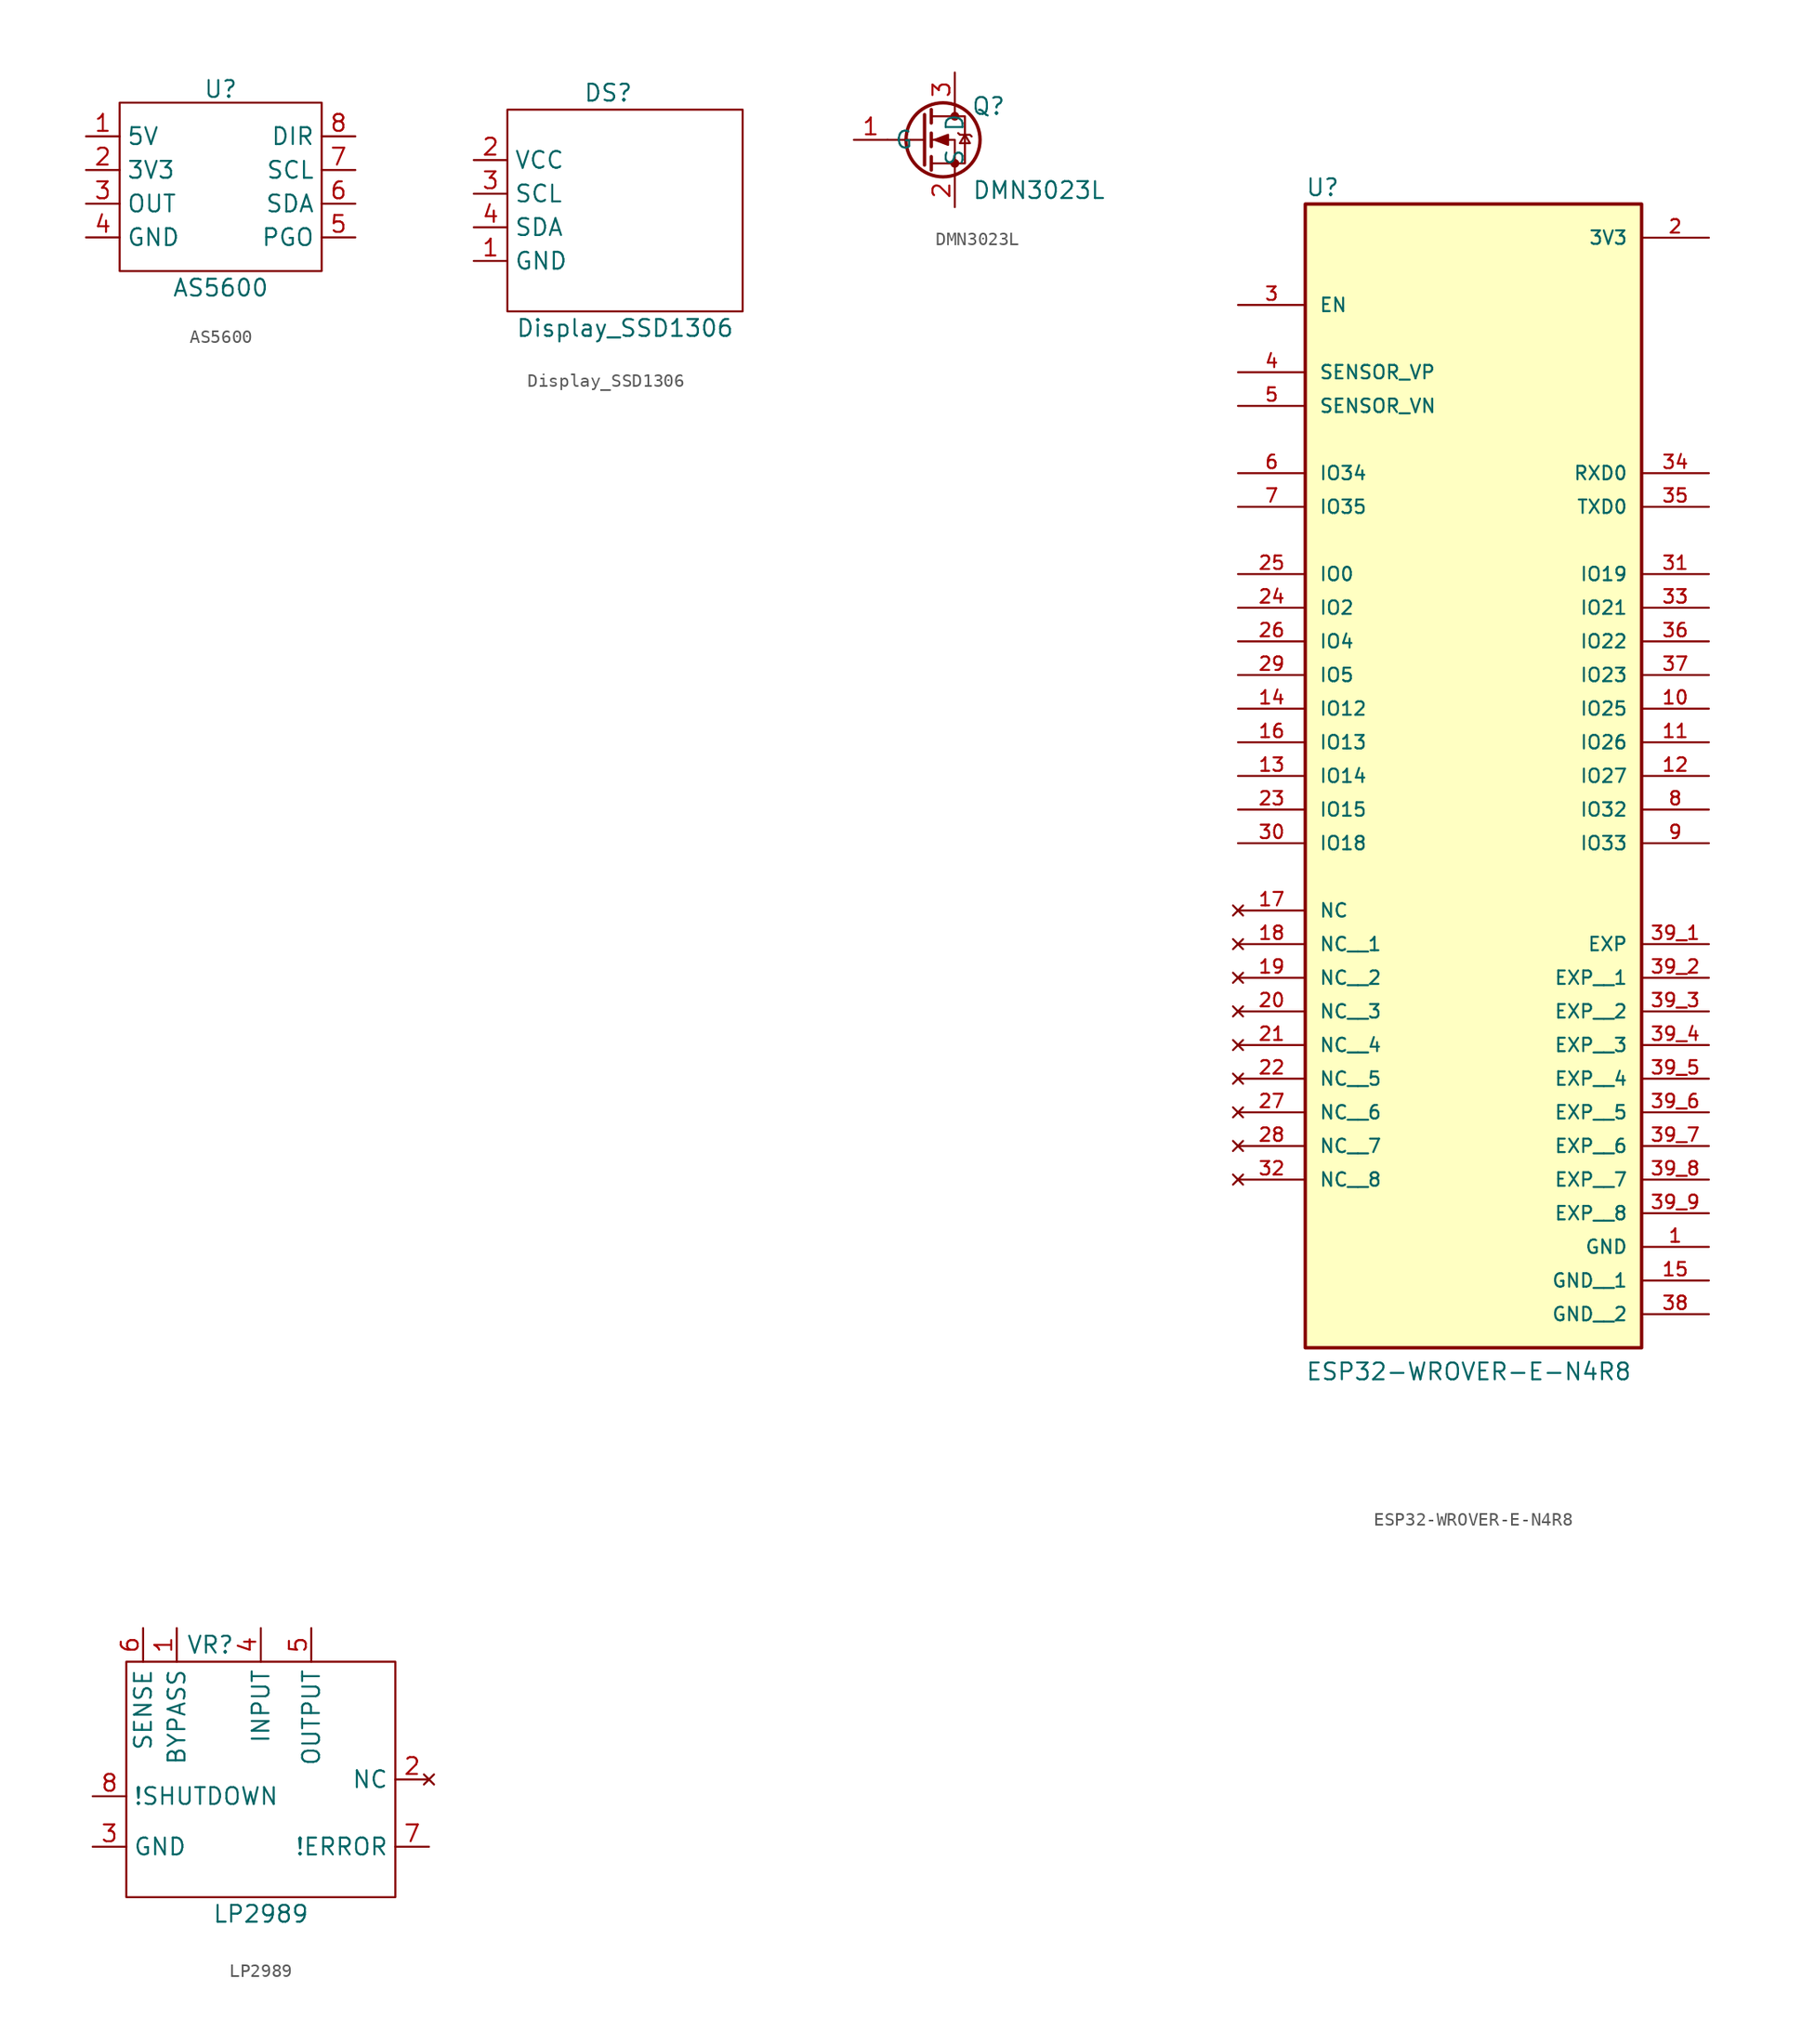
<source format=kicad_sym>
(kicad_symbol_lib
  (version 20220914)
  (generator kicad_symbol_editor)
  (symbol "AS5600"
    (property "Reference" "U"
      (at 0 6.096 0)
      (effects (font (size 1.27 1.27))))
    (property "Value" "AS5600"
      (at 0 -8.89 0)
      (effects (font (size 1.27 1.27))))
    (symbol "AS5600_0_1"
      (rectangle (start -7.62 5.08) (end 7.62 -7.62) (stroke (width 0) (type default)) (fill (type none))))
    (symbol "AS5600_1_1"
      (pin power_in line (at -10.16 2.54 0) (length 2.54) (name "5V" (effects (font (size 1.27 1.27)))) (number "1" (effects (font (size 1.27 1.27)))))
      (pin power_in line (at -10.16 0 0) (length 2.54) (name "3V3" (effects (font (size 1.27 1.27)))) (number "2" (effects (font (size 1.27 1.27)))))
      (pin output line (at -10.16 -2.54 0) (length 2.54) (name "OUT" (effects (font (size 1.27 1.27)))) (number "3" (effects (font (size 1.27 1.27)))))
      (pin power_in line (at -10.16 -5.08 0) (length 2.54) (name "GND" (effects (font (size 1.27 1.27)))) (number "4" (effects (font (size 1.27 1.27)))))
      (pin input line (at 10.16 -5.08 180) (length 2.54) (name "PGO" (effects (font (size 1.27 1.27)))) (number "5" (effects (font (size 1.27 1.27)))))
      (pin bidirectional line (at 10.16 -2.54 180) (length 2.54) (name "SDA" (effects (font (size 1.27 1.27)))) (number "6" (effects (font (size 1.27 1.27)))))
      (pin bidirectional line (at 10.16 0 180) (length 2.54) (name "SCL" (effects (font (size 1.27 1.27)))) (number "7" (effects (font (size 1.27 1.27)))))
      (pin output line (at 10.16 2.54 180) (length 2.54) (name "DIR" (effects (font (size 1.27 1.27)))) (number "8" (effects (font (size 1.27 1.27)))))))
  (symbol "Display_SSD1306"
    (property "Reference" "DS"
      (at 2.54 8.89 0)
      (effects (font (size 1.27 1.27))))
    (property "Value" "Display_SSD1306"
      (at 3.81 -8.89 0)
      (effects (font (size 1.27 1.27))))
    (symbol "Display_SSD1306_0_1"
      (rectangle (start -5.08 7.62) (end 12.7 -7.62) (stroke (width 0) (type default)) (fill (type none))))
    (symbol "Display_SSD1306_1_1"
      (pin passive line (at -7.62 -3.81 0) (length 2.54) (name "GND" (effects (font (size 1.27 1.27)))) (number "1" (effects (font (size 1.27 1.27)))))
      (pin passive line (at -7.62 3.81 0) (length 2.54) (name "VCC" (effects (font (size 1.27 1.27)))) (number "2" (effects (font (size 1.27 1.27)))))
      (pin input line (at -7.62 1.27 0) (length 2.54) (name "SCL" (effects (font (size 1.27 1.27)))) (number "3" (effects (font (size 1.27 1.27)))))
      (pin bidirectional line (at -7.62 -1.27 0) (length 2.54) (name "SDA" (effects (font (size 1.27 1.27)))) (number "4" (effects (font (size 1.27 1.27)))))))
  (symbol "DMN3023L"
    (property "Reference" "Q"
      (at 3.81 2.54 0)
      (effects (font (size 1.27 1.27))))
    (property "Value" "DMN3023L"
      (at 7.62 -3.81 0)
      (effects (font (size 1.27 1.27))))
    (symbol "DMN3023L_0_1"
      (polyline (pts (xy -1.016 0) (xy -3.81 0)) (stroke (width 0) (type default)) (fill (type none)))
      (polyline (pts (xy -1.016 1.905) (xy -1.016 -1.905)) (stroke (width 0.254) (type default)) (fill (type none)))
      (polyline (pts (xy -0.508 -1.27) (xy -0.508 -2.286)) (stroke (width 0.254) (type default)) (fill (type none)))
      (polyline (pts (xy -0.508 0.508) (xy -0.508 -0.508)) (stroke (width 0.254) (type default)) (fill (type none)))
      (polyline (pts (xy -0.508 2.286) (xy -0.508 1.27)) (stroke (width 0.254) (type default)) (fill (type none)))
      (polyline (pts (xy 1.27 2.54) (xy 1.27 1.778)) (stroke (width 0) (type default)) (fill (type none)))
      (polyline (pts (xy 1.27 -2.54) (xy 1.27 0) (xy -0.508 0)) (stroke (width 0) (type default)) (fill (type none)))
      (polyline (pts (xy -0.508 -1.778) (xy 2.032 -1.778) (xy 2.032 1.778) (xy -0.508 1.778)) (stroke (width 0) (type default)) (fill (type none)))
      (polyline (pts (xy -0.254 0) (xy 0.762 0.381) (xy 0.762 -0.381) (xy -0.254 0)) (stroke (width 0) (type default)) (fill (type outline)))
      (polyline (pts (xy 1.524 0.508) (xy 1.651 0.381) (xy 2.413 0.381) (xy 2.54 0.254)) (stroke (width 0) (type default)) (fill (type none)))
      (polyline (pts (xy 2.032 0.381) (xy 1.651 -0.254) (xy 2.413 -0.254) (xy 2.032 0.381)) (stroke (width 0) (type default)) (fill (type none)))
      (circle (center 0.381 0) (radius 2.794) (stroke (width 0.254) (type default)) (fill (type none)))
      (circle (center 1.27 -1.778) (radius 0.254) (stroke (width 0) (type default)) (fill (type outline)))
      (circle (center 1.27 1.778) (radius 0.254) (stroke (width 0) (type default)) (fill (type outline))))
    (symbol "DMN3023L_1_1"
      (pin input line (at -6.35 0 0) (length 2.54) (name "G" (effects (font (size 1.27 1.27)))) (number "1" (effects (font (size 1.27 1.27)))))
      (pin passive line (at 1.27 -5.08 90) (length 2.54) (name "S" (effects (font (size 1.27 1.27)))) (number "2" (effects (font (size 1.27 1.27)))))
      (pin passive line (at 1.27 5.08 270) (length 2.54) (name "D" (effects (font (size 1.27 1.27)))) (number "3" (effects (font (size 1.27 1.27)))))))
  (symbol "ESP32-WROVER-E-N4R8"
    (pin_names
      (offset 1.016))
    (property "Reference" "U"
      (at -12.7 30.988 0)
      (effects (font (size 1.27 1.27)) (justify left bottom)))
    (property "Value" "ESP32-WROVER-E-N4R8"
      (at -12.7 -58.42 0)
      (effects (font (size 1.27 1.27)) (justify left bottom)))
    (symbol "ESP32-WROVER-E-N4R8_0_0"
      (rectangle (start -12.7 -55.88) (end 12.7 30.48) (stroke (width 0.254) (type default)) (fill (type background)))
      (pin power_in line (at 17.78 -48.26 180) (length 5.08) (name "GND" (effects (font (size 1.016 1.016)))) (number "1" (effects (font (size 1.016 1.016)))))
      (pin bidirectional line (at 17.78 -7.62 180) (length 5.08) (name "IO25" (effects (font (size 1.016 1.016)))) (number "10" (effects (font (size 1.016 1.016)))))
      (pin bidirectional line (at 17.78 -10.16 180) (length 5.08) (name "IO26" (effects (font (size 1.016 1.016)))) (number "11" (effects (font (size 1.016 1.016)))))
      (pin bidirectional line (at 17.78 -12.7 180) (length 5.08) (name "IO27" (effects (font (size 1.016 1.016)))) (number "12" (effects (font (size 1.016 1.016)))))
      (pin bidirectional line (at -17.78 -12.7 0) (length 5.08) (name "IO14" (effects (font (size 1.016 1.016)))) (number "13" (effects (font (size 1.016 1.016)))))
      (pin bidirectional line (at -17.78 -7.62 0) (length 5.08) (name "IO12" (effects (font (size 1.016 1.016)))) (number "14" (effects (font (size 1.016 1.016)))))
      (pin power_in line (at 17.78 -50.8 180) (length 5.08) (name "GND__1" (effects (font (size 1.016 1.016)))) (number "15" (effects (font (size 1.016 1.016)))))
      (pin bidirectional line (at -17.78 -10.16 0) (length 5.08) (name "IO13" (effects (font (size 1.016 1.016)))) (number "16" (effects (font (size 1.016 1.016)))))
      (pin no_connect line (at -17.78 -22.86 0) (length 5.08) (name "NC" (effects (font (size 1.016 1.016)))) (number "17" (effects (font (size 1.016 1.016)))))
      (pin no_connect line (at -17.78 -25.4 0) (length 5.08) (name "NC__1" (effects (font (size 1.016 1.016)))) (number "18" (effects (font (size 1.016 1.016)))))
      (pin no_connect line (at -17.78 -27.94 0) (length 5.08) (name "NC__2" (effects (font (size 1.016 1.016)))) (number "19" (effects (font (size 1.016 1.016)))))
      (pin power_in line (at 17.78 27.94 180) (length 5.08) (name "3V3" (effects (font (size 1.016 1.016)))) (number "2" (effects (font (size 1.016 1.016)))))
      (pin no_connect line (at -17.78 -30.48 0) (length 5.08) (name "NC__3" (effects (font (size 1.016 1.016)))) (number "20" (effects (font (size 1.016 1.016)))))
      (pin no_connect line (at -17.78 -33.02 0) (length 5.08) (name "NC__4" (effects (font (size 1.016 1.016)))) (number "21" (effects (font (size 1.016 1.016)))))
      (pin no_connect line (at -17.78 -35.56 0) (length 5.08) (name "NC__5" (effects (font (size 1.016 1.016)))) (number "22" (effects (font (size 1.016 1.016)))))
      (pin bidirectional line (at -17.78 -15.24 0) (length 5.08) (name "IO15" (effects (font (size 1.016 1.016)))) (number "23" (effects (font (size 1.016 1.016)))))
      (pin bidirectional line (at -17.78 0 0) (length 5.08) (name "IO2" (effects (font (size 1.016 1.016)))) (number "24" (effects (font (size 1.016 1.016)))))
      (pin bidirectional line (at -17.78 2.54 0) (length 5.08) (name "IO0" (effects (font (size 1.016 1.016)))) (number "25" (effects (font (size 1.016 1.016)))))
      (pin bidirectional line (at -17.78 -2.54 0) (length 5.08) (name "IO4" (effects (font (size 1.016 1.016)))) (number "26" (effects (font (size 1.016 1.016)))))
      (pin no_connect line (at -17.78 -38.1 0) (length 5.08) (name "NC__6" (effects (font (size 1.016 1.016)))) (number "27" (effects (font (size 1.016 1.016)))))
      (pin no_connect line (at -17.78 -40.64 0) (length 5.08) (name "NC__7" (effects (font (size 1.016 1.016)))) (number "28" (effects (font (size 1.016 1.016)))))
      (pin bidirectional line (at -17.78 -5.08 0) (length 5.08) (name "IO5" (effects (font (size 1.016 1.016)))) (number "29" (effects (font (size 1.016 1.016)))))
      (pin input line (at -17.78 22.86 0) (length 5.08) (name "EN" (effects (font (size 1.016 1.016)))) (number "3" (effects (font (size 1.016 1.016)))))
      (pin bidirectional line (at -17.78 -17.78 0) (length 5.08) (name "IO18" (effects (font (size 1.016 1.016)))) (number "30" (effects (font (size 1.016 1.016)))))
      (pin bidirectional line (at 17.78 2.54 180) (length 5.08) (name "IO19" (effects (font (size 1.016 1.016)))) (number "31" (effects (font (size 1.016 1.016)))))
      (pin no_connect line (at -17.78 -43.18 0) (length 5.08) (name "NC__8" (effects (font (size 1.016 1.016)))) (number "32" (effects (font (size 1.016 1.016)))))
      (pin bidirectional line (at 17.78 0 180) (length 5.08) (name "IO21" (effects (font (size 1.016 1.016)))) (number "33" (effects (font (size 1.016 1.016)))))
      (pin bidirectional line (at 17.78 10.16 180) (length 5.08) (name "RXD0" (effects (font (size 1.016 1.016)))) (number "34" (effects (font (size 1.016 1.016)))))
      (pin bidirectional line (at 17.78 7.62 180) (length 5.08) (name "TXD0" (effects (font (size 1.016 1.016)))) (number "35" (effects (font (size 1.016 1.016)))))
      (pin bidirectional line (at 17.78 -2.54 180) (length 5.08) (name "IO22" (effects (font (size 1.016 1.016)))) (number "36" (effects (font (size 1.016 1.016)))))
      (pin bidirectional line (at 17.78 -5.08 180) (length 5.08) (name "IO23" (effects (font (size 1.016 1.016)))) (number "37" (effects (font (size 1.016 1.016)))))
      (pin power_in line (at 17.78 -53.34 180) (length 5.08) (name "GND__2" (effects (font (size 1.016 1.016)))) (number "38" (effects (font (size 1.016 1.016)))))
      (pin power_in line (at 17.78 -25.4 180) (length 5.08) (name "EXP" (effects (font (size 1.016 1.016)))) (number "39_1" (effects (font (size 1.016 1.016)))))
      (pin power_in line (at 17.78 -27.94 180) (length 5.08) (name "EXP__1" (effects (font (size 1.016 1.016)))) (number "39_2" (effects (font (size 1.016 1.016)))))
      (pin power_in line (at 17.78 -30.48 180) (length 5.08) (name "EXP__2" (effects (font (size 1.016 1.016)))) (number "39_3" (effects (font (size 1.016 1.016)))))
      (pin power_in line (at 17.78 -33.02 180) (length 5.08) (name "EXP__3" (effects (font (size 1.016 1.016)))) (number "39_4" (effects (font (size 1.016 1.016)))))
      (pin power_in line (at 17.78 -35.56 180) (length 5.08) (name "EXP__4" (effects (font (size 1.016 1.016)))) (number "39_5" (effects (font (size 1.016 1.016)))))
      (pin power_in line (at 17.78 -38.1 180) (length 5.08) (name "EXP__5" (effects (font (size 1.016 1.016)))) (number "39_6" (effects (font (size 1.016 1.016)))))
      (pin power_in line (at 17.78 -40.64 180) (length 5.08) (name "EXP__6" (effects (font (size 1.016 1.016)))) (number "39_7" (effects (font (size 1.016 1.016)))))
      (pin power_in line (at 17.78 -43.18 180) (length 5.08) (name "EXP__7" (effects (font (size 1.016 1.016)))) (number "39_8" (effects (font (size 1.016 1.016)))))
      (pin power_in line (at 17.78 -45.72 180) (length 5.08) (name "EXP__8" (effects (font (size 1.016 1.016)))) (number "39_9" (effects (font (size 1.016 1.016)))))
      (pin input line (at -17.78 17.78 0) (length 5.08) (name "SENSOR_VP" (effects (font (size 1.016 1.016)))) (number "4" (effects (font (size 1.016 1.016)))))
      (pin input line (at -17.78 15.24 0) (length 5.08) (name "SENSOR_VN" (effects (font (size 1.016 1.016)))) (number "5" (effects (font (size 1.016 1.016)))))
      (pin input line (at -17.78 10.16 0) (length 5.08) (name "IO34" (effects (font (size 1.016 1.016)))) (number "6" (effects (font (size 1.016 1.016)))))
      (pin input line (at -17.78 7.62 0) (length 5.08) (name "IO35" (effects (font (size 1.016 1.016)))) (number "7" (effects (font (size 1.016 1.016)))))
      (pin bidirectional line (at 17.78 -15.24 180) (length 5.08) (name "IO32" (effects (font (size 1.016 1.016)))) (number "8" (effects (font (size 1.016 1.016)))))
      (pin bidirectional line (at 17.78 -17.78 180) (length 5.08) (name "IO33" (effects (font (size 1.016 1.016)))) (number "9" (effects (font (size 1.016 1.016)))))))
  (symbol "LP2989"
    (property "Reference" "VR"
      (at -5.08 8.89 0)
      (effects (font (size 1.27 1.27))))
    (property "Value" "LP2989"
      (at -1.27 -11.43 0)
      (effects (font (size 1.27 1.27))))
    (symbol "LP2989_0_1"
      (rectangle (start -11.43 7.62) (end 8.89 -10.16) (stroke (width 0) (type default)) (fill (type none))))
    (symbol "LP2989_1_1"
      (pin input line (at -7.62 10.16 270) (length 2.54) (name "BYPASS" (effects (font (size 1.27 1.27)))) (number "1" (effects (font (size 1.27 1.27)))))
      (pin no_connect line (at 11.43 -1.27 180) (length 2.54) (name "NC" (effects (font (size 1.27 1.27)))) (number "2" (effects (font (size 1.27 1.27)))))
      (pin passive line (at -13.97 -6.35 0) (length 2.54) (name "GND" (effects (font (size 1.27 1.27)))) (number "3" (effects (font (size 1.27 1.27)))))
      (pin input line (at -1.27 10.16 270) (length 2.54) (name "INPUT" (effects (font (size 1.27 1.27)))) (number "4" (effects (font (size 1.27 1.27)))))
      (pin power_out line (at 2.54 10.16 270) (length 2.54) (name "OUTPUT" (effects (font (size 1.27 1.27)))) (number "5" (effects (font (size 1.27 1.27)))))
      (pin input line (at -10.16 10.16 270) (length 2.54) (name "SENSE" (effects (font (size 1.27 1.27)))) (number "6" (effects (font (size 1.27 1.27)))))
      (pin output line (at 11.43 -6.35 180) (length 2.54) (name "!ERROR" (effects (font (size 1.27 1.27)))) (number "7" (effects (font (size 1.27 1.27)))))
      (pin input line (at -13.97 -2.54 0) (length 2.54) (name "!SHUTDOWN" (effects (font (size 1.27 1.27)))) (number "8" (effects (font (size 1.27 1.27))))))))
</source>
